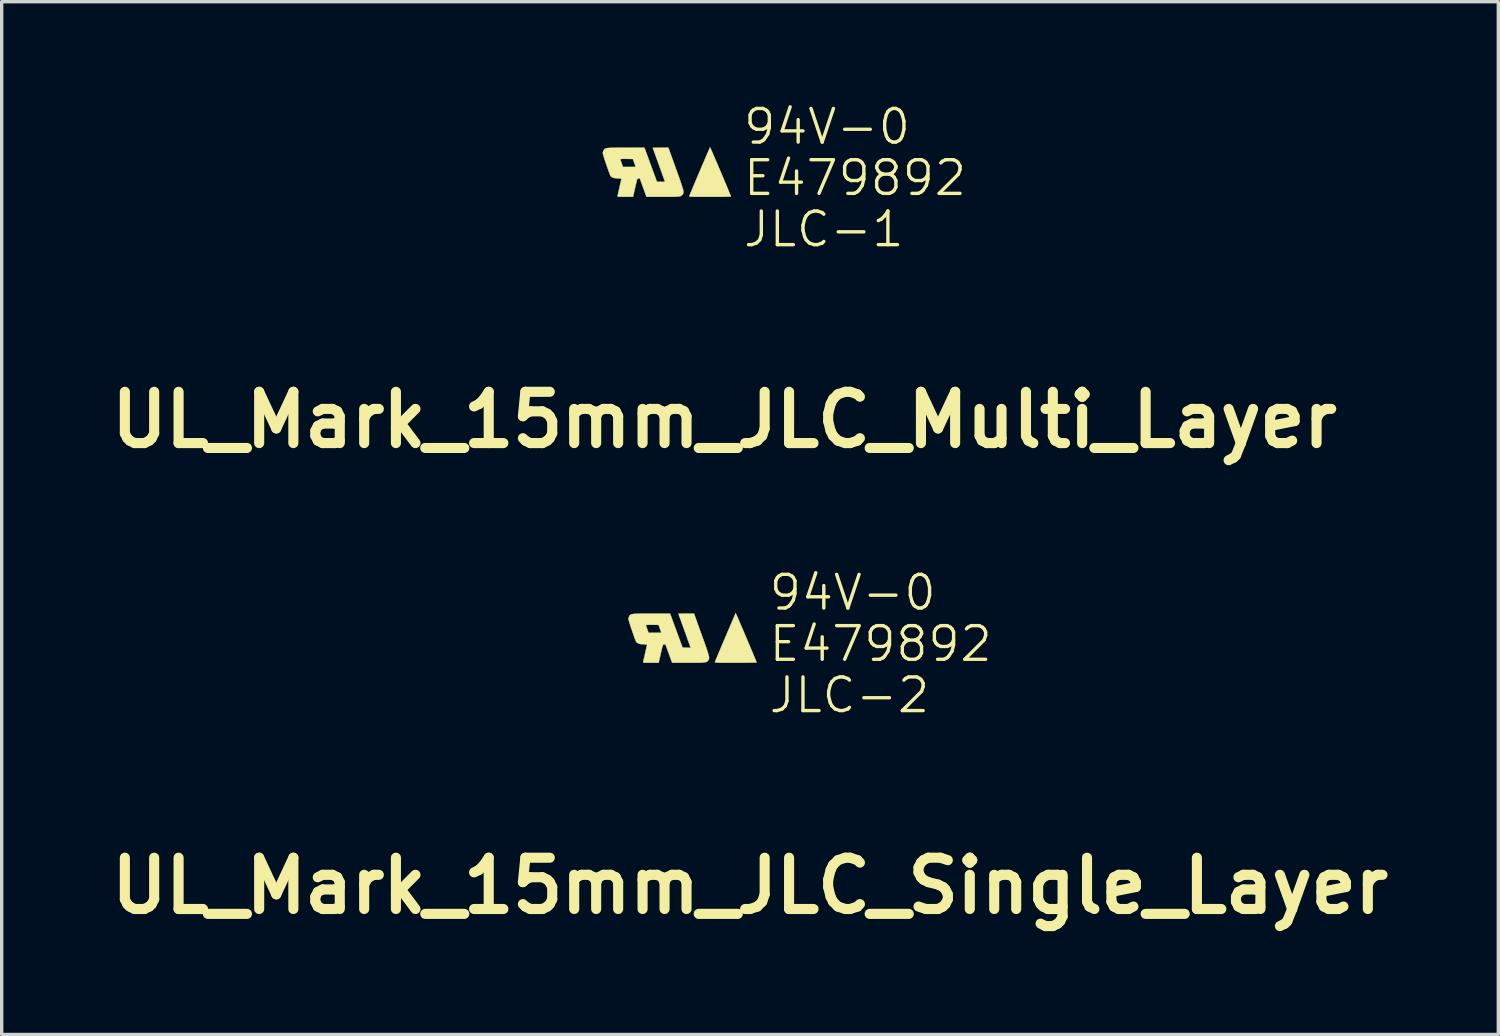
<source format=kicad_pcb>
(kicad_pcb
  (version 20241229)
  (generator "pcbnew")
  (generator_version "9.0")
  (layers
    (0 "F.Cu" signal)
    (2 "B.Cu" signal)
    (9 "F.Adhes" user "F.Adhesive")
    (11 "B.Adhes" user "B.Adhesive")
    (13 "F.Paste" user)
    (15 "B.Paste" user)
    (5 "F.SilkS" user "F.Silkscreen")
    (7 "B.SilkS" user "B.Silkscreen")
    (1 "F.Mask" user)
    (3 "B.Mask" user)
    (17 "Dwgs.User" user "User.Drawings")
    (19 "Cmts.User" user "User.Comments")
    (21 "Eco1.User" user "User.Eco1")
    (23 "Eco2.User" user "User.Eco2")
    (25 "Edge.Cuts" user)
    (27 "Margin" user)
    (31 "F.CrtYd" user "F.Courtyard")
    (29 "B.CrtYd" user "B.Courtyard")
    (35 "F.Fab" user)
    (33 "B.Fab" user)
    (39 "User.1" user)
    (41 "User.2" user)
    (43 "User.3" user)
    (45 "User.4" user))
  (footprint "UL_Mark_15mm_JLC_Single_Layer"
    (layer "F.Cu")
    (at 19.747 16.162)
    (property "Reference" "UL_Mark_15mm_JLC_Single_Layer" (at -0.508 7.112 0) (layer "F.SilkS") (effects (font (size 1.524 1.524) (thickness 0.3))))
    (attr through_hole)
    (fp_poly (pts (xy -0.927 -0.978) (xy -0.913 -0.946) (xy -0.89 -0.895) (xy -0.861 -0.828) (xy -0.826 -0.747) (xy -0.787 -0.655) (xy -0.743 -0.554) (xy -0.697 -0.447) (xy -0.65 -0.335) (xy -0.602 -0.222) (xy -0.554 -0.109) (xy -0.508 0) (xy -0.464 0.104) (xy -0.424 0.199) (xy -0.389 0.285) (xy -0.359 0.357) (xy -0.335 0.414) (xy -0.319 0.454) (xy -0.312 0.473) (xy -0.312 0.474) (xy -0.324 0.476) (xy -0.359 0.478) (xy -0.415 0.479) (xy -0.489 0.481) (xy -0.579 0.482) (xy -0.682 0.483) (xy -0.795 0.483) (xy -0.918 0.483) (xy -0.935 0.483) (xy -1.077 0.483) (xy -1.196 0.483) (xy -1.293 0.483) (xy -1.372 0.482) (xy -1.432 0.481) (xy -1.478 0.48) (xy -1.511 0.478) (xy -1.533 0.475) (xy -1.545 0.472) (xy -1.551 0.468) (xy -1.552 0.464) (xy -1.551 0.461) (xy -1.54 0.434) (xy -1.521 0.388) (xy -1.495 0.325) (xy -1.463 0.248) (xy -1.425 0.158) (xy -1.384 0.06) (xy -1.339 -0.046) (xy -1.292 -0.157) (xy -1.244 -0.269) (xy -1.196 -0.382) (xy -1.149 -0.492) (xy -1.104 -0.597) (xy -1.062 -0.695) (xy -1.025 -0.782) (xy -0.992 -0.858) (xy -0.966 -0.918) (xy -0.946 -0.962) (xy -0.935 -0.986) (xy -0.933 -0.99) (xy -0.927 -0.978)) (stroke (width 0.01) (type solid)) (fill yes) (layer "F.SilkS"))
    (fp_poly (pts (xy -2.698 -0.472) (xy -2.513 0.033) (xy -2.392 0.036) (xy -2.271 0.04) (xy -2.453 -0.465) (xy -2.492 -0.573) (xy -2.528 -0.673) (xy -2.56 -0.762) (xy -2.588 -0.839) (xy -2.61 -0.901) (xy -2.626 -0.946) (xy -2.635 -0.97) (xy -2.636 -0.974) (xy -2.624 -0.975) (xy -2.59 -0.976) (xy -2.54 -0.976) (xy -2.475 -0.977) (xy -2.404 -0.977) (xy -2.172 -0.977) (xy -1.947 -0.352) (xy -1.894 -0.205) (xy -1.849 -0.08) (xy -1.812 0.025) (xy -1.783 0.113) (xy -1.76 0.184) (xy -1.743 0.241) (xy -1.731 0.287) (xy -1.725 0.322) (xy -1.724 0.35) (xy -1.727 0.371) (xy -1.733 0.389) (xy -1.742 0.404) (xy -1.749 0.413) (xy -1.763 0.43) (xy -1.778 0.444) (xy -1.796 0.456) (xy -1.82 0.465) (xy -1.851 0.471) (xy -1.894 0.476) (xy -1.949 0.48) (xy -2.02 0.482) (xy -2.109 0.483) (xy -2.219 0.483) (xy -2.342 0.483) (xy -2.823 0.483) (xy -2.922 0.21) (xy -3.021 -0.064) (xy -3.06 -0.06) (xy -3.078 -0.058) (xy -3.09 -0.051) (xy -3.1 -0.035) (xy -3.11 -0.005) (xy -3.121 0.042) (xy -3.128 0.071) (xy -3.144 0.14) (xy -3.163 0.222) (xy -3.181 0.302) (xy -3.19 0.341) (xy -3.223 0.483) (xy -3.457 0.483) (xy -3.54 0.483) (xy -3.6 0.483) (xy -3.642 0.481) (xy -3.668 0.478) (xy -3.681 0.474) (xy -3.686 0.468) (xy -3.685 0.461) (xy -3.68 0.442) (xy -3.671 0.403) (xy -3.658 0.347) (xy -3.642 0.28) (xy -3.627 0.21) (xy -3.61 0.136) (xy -3.595 0.07) (xy -3.582 0.016) (xy -3.573 -0.022) (xy -3.569 -0.039) (xy -3.569 -0.049) (xy -3.579 -0.056) (xy -3.605 -0.06) (xy -3.649 -0.064) (xy -3.68 -0.065) (xy -3.761 -0.072) (xy -3.821 -0.086) (xy -3.863 -0.108) (xy -3.891 -0.139) (xy -3.9 -0.155) (xy -3.915 -0.193) (xy -3.936 -0.248) (xy -3.96 -0.315) (xy -3.986 -0.39) (xy -4.014 -0.47) (xy -4.041 -0.55) (xy -4.066 -0.626) (xy -4.068 -0.635) (xy -3.601 -0.635) (xy -3.597 -0.618) (xy -3.586 -0.584) (xy -3.57 -0.538) (xy -3.562 -0.514) (xy -3.523 -0.406) (xy -3.333 -0.406) (xy -3.267 -0.406) (xy -3.211 -0.406) (xy -3.17 -0.407) (xy -3.147 -0.408) (xy -3.144 -0.409) (xy -3.148 -0.421) (xy -3.159 -0.452) (xy -3.175 -0.497) (xy -3.186 -0.526) (xy -3.227 -0.641) (xy -3.414 -0.644) (xy -3.49 -0.645) (xy -3.548 -0.643) (xy -3.586 -0.64) (xy -3.601 -0.636) (xy -3.601 -0.635) (xy -4.068 -0.635) (xy -4.088 -0.695) (xy -4.105 -0.753) (xy -4.117 -0.795) (xy -4.122 -0.817) (xy -4.122 -0.818) (xy -4.115 -0.855) (xy -4.098 -0.895) (xy -4.096 -0.899) (xy -4.085 -0.916) (xy -4.073 -0.932) (xy -4.058 -0.944) (xy -4.038 -0.954) (xy -4.01 -0.961) (xy -3.973 -0.967) (xy -3.924 -0.971) (xy -3.86 -0.974) (xy -3.78 -0.976) (xy -3.682 -0.977) (xy -3.562 -0.977) (xy -3.433 -0.977) (xy -2.883 -0.977) (xy -2.698 -0.472)) (stroke (width 0.01) (type solid)) (fill yes) (layer "F.SilkS"))
    (fp_text user "94V-0" (at 0 -1.016 0) (unlocked yes) (layer "F.SilkS") (effects (font (size 1 1) (thickness 0.1)) (justify left bottom)))
    (fp_text user "JLC-2" (at 0 2.032 0) (unlocked yes) (layer "F.SilkS") (effects (font (size 1 1) (thickness 0.1)) (justify left bottom)))
    (fp_text user "E479892" (at 0 0.508 0) (unlocked yes) (layer "F.SilkS") (effects (font (size 1 1) (thickness 0.1)) (justify left bottom))))
  (footprint "UL_Mark_15mm_JLC_Multi_Layer"
    (layer "F.Cu")
    (at 18.985 2.316)
    (property "Reference" "UL_Mark_15mm_JLC_Multi_Layer" (at -0.508 7.112 0) (layer "F.SilkS") (effects (font (size 1.524 1.524) (thickness 0.3))))
    (attr through_hole)
    (fp_poly (pts (xy -0.927 -0.978) (xy -0.913 -0.946) (xy -0.89 -0.895) (xy -0.861 -0.828) (xy -0.826 -0.747) (xy -0.787 -0.655) (xy -0.743 -0.554) (xy -0.697 -0.447) (xy -0.65 -0.335) (xy -0.602 -0.222) (xy -0.554 -0.109) (xy -0.508 0) (xy -0.464 0.104) (xy -0.424 0.199) (xy -0.389 0.285) (xy -0.359 0.357) (xy -0.335 0.414) (xy -0.319 0.454) (xy -0.312 0.473) (xy -0.312 0.474) (xy -0.324 0.476) (xy -0.359 0.478) (xy -0.415 0.479) (xy -0.489 0.481) (xy -0.579 0.482) (xy -0.682 0.483) (xy -0.795 0.483) (xy -0.918 0.483) (xy -0.935 0.483) (xy -1.077 0.483) (xy -1.196 0.483) (xy -1.293 0.483) (xy -1.372 0.482) (xy -1.432 0.481) (xy -1.478 0.48) (xy -1.511 0.478) (xy -1.533 0.475) (xy -1.545 0.472) (xy -1.551 0.468) (xy -1.552 0.464) (xy -1.551 0.461) (xy -1.54 0.434) (xy -1.521 0.388) (xy -1.495 0.325) (xy -1.463 0.248) (xy -1.425 0.158) (xy -1.384 0.06) (xy -1.339 -0.046) (xy -1.292 -0.157) (xy -1.244 -0.269) (xy -1.196 -0.382) (xy -1.149 -0.492) (xy -1.104 -0.597) (xy -1.062 -0.695) (xy -1.025 -0.782) (xy -0.992 -0.858) (xy -0.966 -0.918) (xy -0.946 -0.962) (xy -0.935 -0.986) (xy -0.933 -0.99) (xy -0.927 -0.978)) (stroke (width 0.01) (type solid)) (fill yes) (layer "F.SilkS"))
    (fp_poly (pts (xy -2.698 -0.472) (xy -2.513 0.033) (xy -2.392 0.036) (xy -2.271 0.04) (xy -2.453 -0.465) (xy -2.492 -0.573) (xy -2.528 -0.673) (xy -2.56 -0.762) (xy -2.588 -0.839) (xy -2.61 -0.901) (xy -2.626 -0.946) (xy -2.635 -0.97) (xy -2.636 -0.974) (xy -2.624 -0.975) (xy -2.59 -0.976) (xy -2.54 -0.976) (xy -2.475 -0.977) (xy -2.404 -0.977) (xy -2.172 -0.977) (xy -1.947 -0.352) (xy -1.894 -0.205) (xy -1.849 -0.08) (xy -1.812 0.025) (xy -1.783 0.113) (xy -1.76 0.184) (xy -1.743 0.241) (xy -1.731 0.287) (xy -1.725 0.322) (xy -1.724 0.35) (xy -1.727 0.371) (xy -1.733 0.389) (xy -1.742 0.404) (xy -1.749 0.413) (xy -1.763 0.43) (xy -1.778 0.444) (xy -1.796 0.456) (xy -1.82 0.465) (xy -1.851 0.471) (xy -1.894 0.476) (xy -1.949 0.48) (xy -2.02 0.482) (xy -2.109 0.483) (xy -2.219 0.483) (xy -2.342 0.483) (xy -2.823 0.483) (xy -2.922 0.21) (xy -3.021 -0.064) (xy -3.06 -0.06) (xy -3.078 -0.058) (xy -3.09 -0.051) (xy -3.1 -0.035) (xy -3.11 -0.005) (xy -3.121 0.042) (xy -3.128 0.071) (xy -3.144 0.14) (xy -3.163 0.222) (xy -3.181 0.302) (xy -3.19 0.341) (xy -3.223 0.483) (xy -3.457 0.483) (xy -3.54 0.483) (xy -3.6 0.483) (xy -3.642 0.481) (xy -3.668 0.478) (xy -3.681 0.474) (xy -3.686 0.468) (xy -3.685 0.461) (xy -3.68 0.442) (xy -3.671 0.403) (xy -3.658 0.347) (xy -3.642 0.28) (xy -3.627 0.21) (xy -3.61 0.136) (xy -3.595 0.07) (xy -3.582 0.016) (xy -3.573 -0.022) (xy -3.569 -0.039) (xy -3.569 -0.049) (xy -3.579 -0.056) (xy -3.605 -0.06) (xy -3.649 -0.064) (xy -3.68 -0.065) (xy -3.761 -0.072) (xy -3.821 -0.086) (xy -3.863 -0.108) (xy -3.891 -0.139) (xy -3.9 -0.155) (xy -3.915 -0.193) (xy -3.936 -0.248) (xy -3.96 -0.315) (xy -3.986 -0.39) (xy -4.014 -0.47) (xy -4.041 -0.55) (xy -4.066 -0.626) (xy -4.068 -0.635) (xy -3.601 -0.635) (xy -3.597 -0.618) (xy -3.586 -0.584) (xy -3.57 -0.538) (xy -3.562 -0.514) (xy -3.523 -0.406) (xy -3.333 -0.406) (xy -3.267 -0.406) (xy -3.211 -0.406) (xy -3.17 -0.407) (xy -3.147 -0.408) (xy -3.144 -0.409) (xy -3.148 -0.421) (xy -3.159 -0.452) (xy -3.175 -0.497) (xy -3.186 -0.526) (xy -3.227 -0.641) (xy -3.414 -0.644) (xy -3.49 -0.645) (xy -3.548 -0.643) (xy -3.586 -0.64) (xy -3.601 -0.636) (xy -3.601 -0.635) (xy -4.068 -0.635) (xy -4.088 -0.695) (xy -4.105 -0.753) (xy -4.117 -0.795) (xy -4.122 -0.817) (xy -4.122 -0.818) (xy -4.115 -0.855) (xy -4.098 -0.895) (xy -4.096 -0.899) (xy -4.085 -0.916) (xy -4.073 -0.932) (xy -4.058 -0.944) (xy -4.038 -0.954) (xy -4.01 -0.961) (xy -3.973 -0.967) (xy -3.924 -0.971) (xy -3.86 -0.974) (xy -3.78 -0.976) (xy -3.682 -0.977) (xy -3.562 -0.977) (xy -3.433 -0.977) (xy -2.883 -0.977) (xy -2.698 -0.472)) (stroke (width 0.01) (type solid)) (fill yes) (layer "F.SilkS"))
    (fp_text user "E479892" (at 0 0.508 0) (unlocked yes) (layer "F.SilkS") (effects (font (size 1 1) (thickness 0.1)) (justify left bottom)))
    (fp_text user "94V-0" (at 0 -1.016 0) (unlocked yes) (layer "F.SilkS") (effects (font (size 1 1) (thickness 0.1)) (justify left bottom)))
    (fp_text user "JLC-1" (at 0 2.032 0) (unlocked yes) (layer "F.SilkS") (effects (font (size 1 1) (thickness 0.1)) (justify left bottom))))
  (gr_rect
    (start -3 -3)
    (end 41.477 27.692)
    (stroke (width 0.1) (type default))
    (fill no)
    (layer "Edge.Cuts")))
</source>
